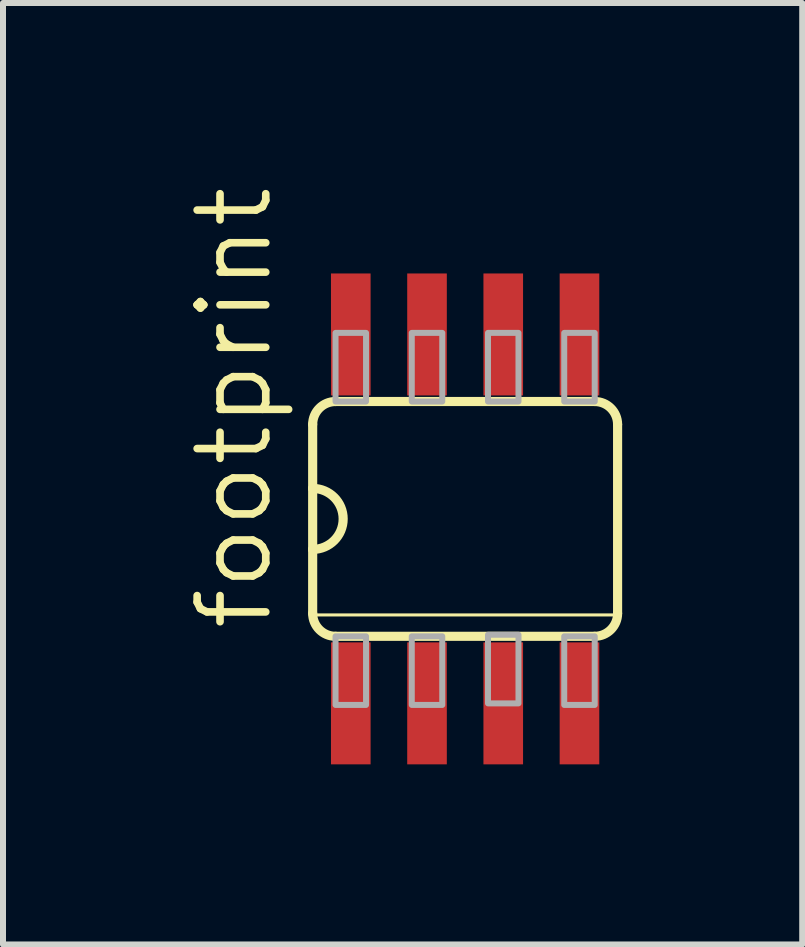
<source format=kicad_pcb>
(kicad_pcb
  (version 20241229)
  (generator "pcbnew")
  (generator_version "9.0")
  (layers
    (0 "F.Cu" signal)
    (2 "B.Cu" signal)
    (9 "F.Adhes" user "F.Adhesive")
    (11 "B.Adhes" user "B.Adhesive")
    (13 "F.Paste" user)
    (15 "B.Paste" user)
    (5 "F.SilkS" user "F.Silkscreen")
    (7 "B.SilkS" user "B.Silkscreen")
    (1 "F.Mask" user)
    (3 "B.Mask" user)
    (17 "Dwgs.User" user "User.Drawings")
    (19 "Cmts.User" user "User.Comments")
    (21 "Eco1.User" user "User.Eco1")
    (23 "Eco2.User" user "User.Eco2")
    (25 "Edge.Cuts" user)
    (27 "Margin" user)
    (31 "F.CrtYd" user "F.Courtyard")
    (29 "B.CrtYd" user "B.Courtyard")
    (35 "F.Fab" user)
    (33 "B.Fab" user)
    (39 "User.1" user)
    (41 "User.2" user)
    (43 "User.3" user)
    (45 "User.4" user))
  (footprint "footprint"
    (layer "F.Cu")
    (at 4.699 5.595)
    (property "Reference" "footprint" (at -3.175 1.905 90) (layer "F.SilkS") (effects (font (size 1.143 1.143) (thickness 0.127)) (justify left bottom)))
    (fp_line (start -2.54 -1.575) (end -2.54 -0.508) (stroke (width 0.152) (type solid)) (layer "F.SilkS"))
    (fp_line (start -2.54 -0.508) (end -2.54 0.508) (stroke (width 0.152) (type solid)) (layer "F.SilkS"))
    (fp_line (start -2.54 0.508) (end -2.54 1.575) (stroke (width 0.152) (type solid)) (layer "F.SilkS"))
    (fp_line (start -2.54 1.6) (end 2.54 1.6) (stroke (width 0.051) (type solid)) (layer "F.SilkS"))
    (fp_line (start -2.159 1.956) (end 2.159 1.956) (stroke (width 0.152) (type solid)) (layer "F.SilkS"))
    (fp_line (start 2.159 -1.956) (end -2.159 -1.956) (stroke (width 0.152) (type solid)) (layer "F.SilkS"))
    (fp_line (start 2.54 1.575) (end 2.54 -1.575) (stroke (width 0.152) (type solid)) (layer "F.SilkS"))
    (fp_arc (start -2.54 -1.5748) (mid -2.428408 -1.844208) (end -2.159 -1.9558) (stroke (width 0.1524) (type solid)) (layer "F.SilkS"))
    (fp_arc (start -2.54 -0.508) (mid -2.032 0) (end -2.54 0.508) (stroke (width 0.1524) (type solid)) (layer "F.SilkS"))
    (fp_arc (start -2.159 1.9558) (mid -2.428408 1.844208) (end -2.54 1.5748) (stroke (width 0.1524) (type solid)) (layer "F.SilkS"))
    (fp_arc (start 2.159 -1.9558) (mid 2.428408 -1.844208) (end 2.54 -1.5748) (stroke (width 0.1524) (type solid)) (layer "F.SilkS"))
    (fp_arc (start 2.54 1.5748) (mid 2.428408 1.844208) (end 2.159 1.9558) (stroke (width 0.1524) (type solid)) (layer "F.SilkS"))
    (fp_poly (pts (xy -2.159 -1.956) (xy -1.651 -1.956) (xy -1.651 -3.099) (xy -2.159 -3.099)) (stroke (width 0.1) (type solid)) (fill no) (layer "F.Fab"))
    (fp_poly (pts (xy -2.159 3.099) (xy -1.651 3.099) (xy -1.651 1.956) (xy -2.159 1.956)) (stroke (width 0.1) (type solid)) (fill no) (layer "F.Fab"))
    (fp_poly (pts (xy -0.889 -1.956) (xy -0.381 -1.956) (xy -0.381 -3.099) (xy -0.889 -3.099)) (stroke (width 0.1) (type solid)) (fill no) (layer "F.Fab"))
    (fp_poly (pts (xy -0.889 3.099) (xy -0.381 3.099) (xy -0.381 1.956) (xy -0.889 1.956)) (stroke (width 0.1) (type solid)) (fill no) (layer "F.Fab"))
    (fp_poly (pts (xy 0.381 -1.956) (xy 0.889 -1.956) (xy 0.889 -3.099) (xy 0.381 -3.099)) (stroke (width 0.1) (type solid)) (fill no) (layer "F.Fab"))
    (fp_poly (pts (xy 0.381 3.073) (xy 0.889 3.073) (xy 0.889 1.93) (xy 0.381 1.93)) (stroke (width 0.1) (type solid)) (fill no) (layer "F.Fab"))
    (fp_poly (pts (xy 1.651 -1.956) (xy 2.159 -1.956) (xy 2.159 -3.099) (xy 1.651 -3.099)) (stroke (width 0.1) (type solid)) (fill no) (layer "F.Fab"))
    (fp_poly (pts (xy 1.651 3.099) (xy 2.159 3.099) (xy 2.159 1.956) (xy 1.651 1.956)) (stroke (width 0.1) (type solid)) (fill no) (layer "F.Fab"))
    (pad "1" smd rect (at -1.905 3.073) (size 0.66 2.032) (layers "F.Cu" "F.Mask" "F.Paste"))
    (pad "2" smd rect (at -0.635 3.073) (size 0.66 2.032) (layers "F.Cu" "F.Mask" "F.Paste"))
    (pad "3" smd rect (at 0.635 3.073) (size 0.66 2.032) (layers "F.Cu" "F.Mask" "F.Paste"))
    (pad "4" smd rect (at 1.905 3.073) (size 0.66 2.032) (layers "F.Cu" "F.Mask" "F.Paste"))
    (pad "5" smd rect (at 1.905 -3.073) (size 0.66 2.032) (layers "F.Cu" "F.Mask" "F.Paste"))
    (pad "6" smd rect (at 0.635 -3.073) (size 0.66 2.032) (layers "F.Cu" "F.Mask" "F.Paste"))
    (pad "7" smd rect (at -0.635 -3.073) (size 0.66 2.032) (layers "F.Cu" "F.Mask" "F.Paste"))
    (pad "8" smd rect (at -1.905 -3.073) (size 0.66 2.032) (layers "F.Cu" "F.Mask" "F.Paste")))
  (gr_rect
    (start -3 -3)
    (end 10.315 12.685)
    (stroke (width 0.1) (type default))
    (fill no)
    (layer "Edge.Cuts")))
</source>
